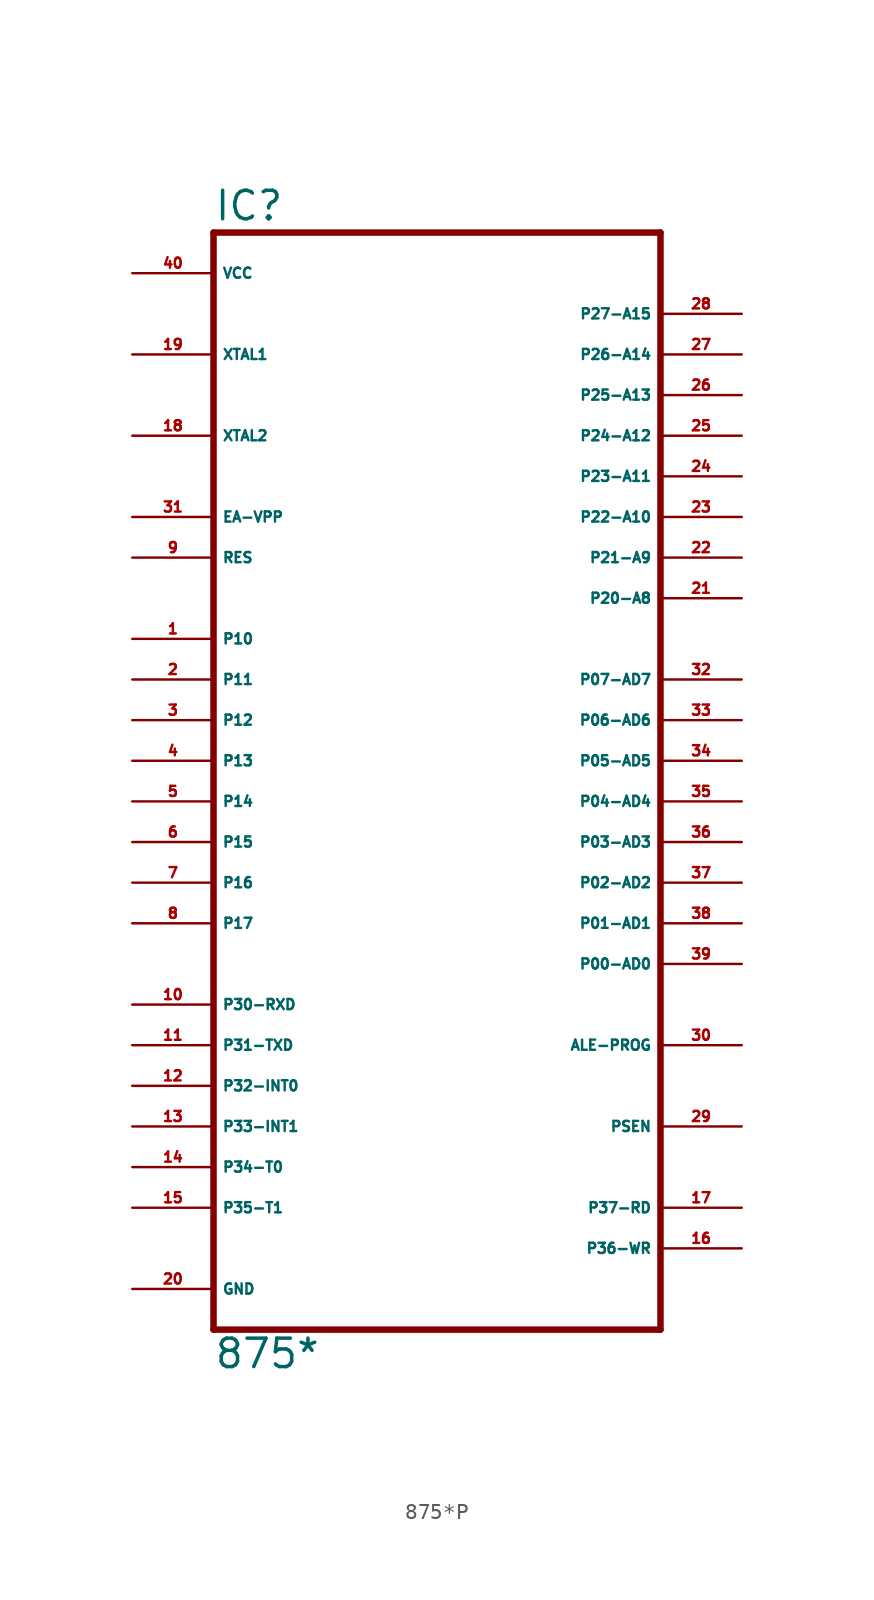
<source format=kicad_sym>
(kicad_symbol_lib
  (version 20220914)
  (generator Eagle2Kicad)
  (symbol "875*P"
    (property "Reference" "IC"
      (at -12.7 33.655 0)
      (effects (font (size 1.778 1.778) (thickness 0.22)) (justify left bottom)))
    (property "Value" "875*"
      (at -12.7 -38.1 0)
      (effects (font (size 1.778 1.778) (thickness 0.22)) (justify left bottom)))
    (polyline
      (pts (xy 15.24 33.02) (xy 15.24 -35.56))
      (stroke (width 0.406) (type default))
      (fill (type none)))
    (polyline
      (pts (xy -12.7 -35.56) (xy 15.24 -35.56))
      (stroke (width 0.406) (type default))
      (fill (type none)))
    (polyline
      (pts (xy -12.7 -35.56) (xy -12.7 33.02))
      (stroke (width 0.406) (type default))
      (fill (type none)))
    (polyline
      (pts (xy 15.24 33.02) (xy -12.7 33.02))
      (stroke (width 0.406) (type default))
      (fill (type none)))
    (pin input line
      (at -17.78 20.32 0)
      (length 5.08)
      (name "XTAL2" (effects (font (size 0.635 0.635) (thickness 0.08)) (justify left bottom)))
      (number "18" (effects (font (size 0.635 0.635) (thickness 0.08)) (justify left bottom))))
    (pin input line
      (at -17.78 25.4 0)
      (length 5.08)
      (name "XTAL1" (effects (font (size 0.635 0.635) (thickness 0.08)) (justify left bottom)))
      (number "19" (effects (font (size 0.635 0.635) (thickness 0.08)) (justify left bottom))))
    (pin input line
      (at -17.78 15.24 0)
      (length 5.08)
      (name "EA-VPP" (effects (font (size 0.635 0.635) (thickness 0.08)) (justify left bottom)))
      (number "31" (effects (font (size 0.635 0.635) (thickness 0.08)) (justify left bottom))))
    (pin bidirectional line
      (at 20.32 27.94 180)
      (length 5.08)
      (name "P27-A15" (effects (font (size 0.635 0.635) (thickness 0.08)) (justify left bottom)))
      (number "28" (effects (font (size 0.635 0.635) (thickness 0.08)) (justify left bottom))))
    (pin bidirectional line
      (at 20.32 25.4 180)
      (length 5.08)
      (name "P26-A14" (effects (font (size 0.635 0.635) (thickness 0.08)) (justify left bottom)))
      (number "27" (effects (font (size 0.635 0.635) (thickness 0.08)) (justify left bottom))))
    (pin bidirectional line
      (at 20.32 22.86 180)
      (length 5.08)
      (name "P25-A13" (effects (font (size 0.635 0.635) (thickness 0.08)) (justify left bottom)))
      (number "26" (effects (font (size 0.635 0.635) (thickness 0.08)) (justify left bottom))))
    (pin bidirectional line
      (at 20.32 20.32 180)
      (length 5.08)
      (name "P24-A12" (effects (font (size 0.635 0.635) (thickness 0.08)) (justify left bottom)))
      (number "25" (effects (font (size 0.635 0.635) (thickness 0.08)) (justify left bottom))))
    (pin bidirectional line
      (at 20.32 17.78 180)
      (length 5.08)
      (name "P23-A11" (effects (font (size 0.635 0.635) (thickness 0.08)) (justify left bottom)))
      (number "24" (effects (font (size 0.635 0.635) (thickness 0.08)) (justify left bottom))))
    (pin bidirectional line
      (at 20.32 15.24 180)
      (length 5.08)
      (name "P22-A10" (effects (font (size 0.635 0.635) (thickness 0.08)) (justify left bottom)))
      (number "23" (effects (font (size 0.635 0.635) (thickness 0.08)) (justify left bottom))))
    (pin bidirectional line
      (at 20.32 12.7 180)
      (length 5.08)
      (name "P21-A9" (effects (font (size 0.635 0.635) (thickness 0.08)) (justify left bottom)))
      (number "22" (effects (font (size 0.635 0.635) (thickness 0.08)) (justify left bottom))))
    (pin bidirectional line
      (at 20.32 10.16 180)
      (length 5.08)
      (name "P20-A8" (effects (font (size 0.635 0.635) (thickness 0.08)) (justify left bottom)))
      (number "21" (effects (font (size 0.635 0.635) (thickness 0.08)) (justify left bottom))))
    (pin bidirectional line
      (at 20.32 5.08 180)
      (length 5.08)
      (name "P07-AD7" (effects (font (size 0.635 0.635) (thickness 0.08)) (justify left bottom)))
      (number "32" (effects (font (size 0.635 0.635) (thickness 0.08)) (justify left bottom))))
    (pin bidirectional line
      (at 20.32 2.54 180)
      (length 5.08)
      (name "P06-AD6" (effects (font (size 0.635 0.635) (thickness 0.08)) (justify left bottom)))
      (number "33" (effects (font (size 0.635 0.635) (thickness 0.08)) (justify left bottom))))
    (pin bidirectional line
      (at 20.32 0 180)
      (length 5.08)
      (name "P05-AD5" (effects (font (size 0.635 0.635) (thickness 0.08)) (justify left bottom)))
      (number "34" (effects (font (size 0.635 0.635) (thickness 0.08)) (justify left bottom))))
    (pin bidirectional line
      (at 20.32 -2.54 180)
      (length 5.08)
      (name "P04-AD4" (effects (font (size 0.635 0.635) (thickness 0.08)) (justify left bottom)))
      (number "35" (effects (font (size 0.635 0.635) (thickness 0.08)) (justify left bottom))))
    (pin bidirectional line
      (at 20.32 -5.08 180)
      (length 5.08)
      (name "P03-AD3" (effects (font (size 0.635 0.635) (thickness 0.08)) (justify left bottom)))
      (number "36" (effects (font (size 0.635 0.635) (thickness 0.08)) (justify left bottom))))
    (pin bidirectional line
      (at 20.32 -7.62 180)
      (length 5.08)
      (name "P02-AD2" (effects (font (size 0.635 0.635) (thickness 0.08)) (justify left bottom)))
      (number "37" (effects (font (size 0.635 0.635) (thickness 0.08)) (justify left bottom))))
    (pin bidirectional line
      (at 20.32 -10.16 180)
      (length 5.08)
      (name "P01-AD1" (effects (font (size 0.635 0.635) (thickness 0.08)) (justify left bottom)))
      (number "38" (effects (font (size 0.635 0.635) (thickness 0.08)) (justify left bottom))))
    (pin bidirectional line
      (at 20.32 -12.7 180)
      (length 5.08)
      (name "P00-AD0" (effects (font (size 0.635 0.635) (thickness 0.08)) (justify left bottom)))
      (number "39" (effects (font (size 0.635 0.635) (thickness 0.08)) (justify left bottom))))
    (pin output line
      (at 20.32 -17.78 180)
      (length 5.08)
      (name "ALE-PROG" (effects (font (size 0.635 0.635) (thickness 0.08)) (justify left bottom)))
      (number "30" (effects (font (size 0.635 0.635) (thickness 0.08)) (justify left bottom))))
    (pin output line
      (at 20.32 -22.86 180)
      (length 5.08)
      (name "PSEN" (effects (font (size 0.635 0.635) (thickness 0.08)) (justify left bottom)))
      (number "29" (effects (font (size 0.635 0.635) (thickness 0.08)) (justify left bottom))))
    (pin bidirectional line
      (at 20.32 -27.94 180)
      (length 5.08)
      (name "P37-RD" (effects (font (size 0.635 0.635) (thickness 0.08)) (justify left bottom)))
      (number "17" (effects (font (size 0.635 0.635) (thickness 0.08)) (justify left bottom))))
    (pin bidirectional line
      (at 20.32 -30.48 180)
      (length 5.08)
      (name "P36-WR" (effects (font (size 0.635 0.635) (thickness 0.08)) (justify left bottom)))
      (number "16" (effects (font (size 0.635 0.635) (thickness 0.08)) (justify left bottom))))
    (pin unspecified line
      (at -17.78 30.48 0)
      (length 5.08)
      (name "VCC" (effects (font (size 0.635 0.635) (thickness 0.08)) (justify left bottom)))
      (number "40" (effects (font (size 0.635 0.635) (thickness 0.08)) (justify left bottom))))
    (pin unspecified line
      (at -17.78 -33.02 0)
      (length 5.08)
      (name "GND" (effects (font (size 0.635 0.635) (thickness 0.08)) (justify left bottom)))
      (number "20" (effects (font (size 0.635 0.635) (thickness 0.08)) (justify left bottom))))
    (pin bidirectional line
      (at -17.78 5.08 0)
      (length 5.08)
      (name "P11" (effects (font (size 0.635 0.635) (thickness 0.08)) (justify left bottom)))
      (number "2" (effects (font (size 0.635 0.635) (thickness 0.08)) (justify left bottom))))
    (pin input line
      (at -17.78 12.7 0)
      (length 5.08)
      (name "RES" (effects (font (size 0.635 0.635) (thickness 0.08)) (justify left bottom)))
      (number "9" (effects (font (size 0.635 0.635) (thickness 0.08)) (justify left bottom))))
    (pin bidirectional line
      (at -17.78 0 0)
      (length 5.08)
      (name "P13" (effects (font (size 0.635 0.635) (thickness 0.08)) (justify left bottom)))
      (number "4" (effects (font (size 0.635 0.635) (thickness 0.08)) (justify left bottom))))
    (pin bidirectional line
      (at -17.78 -2.54 0)
      (length 5.08)
      (name "P14" (effects (font (size 0.635 0.635) (thickness 0.08)) (justify left bottom)))
      (number "5" (effects (font (size 0.635 0.635) (thickness 0.08)) (justify left bottom))))
    (pin bidirectional line
      (at -17.78 -5.08 0)
      (length 5.08)
      (name "P15" (effects (font (size 0.635 0.635) (thickness 0.08)) (justify left bottom)))
      (number "6" (effects (font (size 0.635 0.635) (thickness 0.08)) (justify left bottom))))
    (pin bidirectional line
      (at -17.78 -7.62 0)
      (length 5.08)
      (name "P16" (effects (font (size 0.635 0.635) (thickness 0.08)) (justify left bottom)))
      (number "7" (effects (font (size 0.635 0.635) (thickness 0.08)) (justify left bottom))))
    (pin bidirectional line
      (at -17.78 -10.16 0)
      (length 5.08)
      (name "P17" (effects (font (size 0.635 0.635) (thickness 0.08)) (justify left bottom)))
      (number "8" (effects (font (size 0.635 0.635) (thickness 0.08)) (justify left bottom))))
    (pin bidirectional line
      (at -17.78 -15.24 0)
      (length 5.08)
      (name "P30-RXD" (effects (font (size 0.635 0.635) (thickness 0.08)) (justify left bottom)))
      (number "10" (effects (font (size 0.635 0.635) (thickness 0.08)) (justify left bottom))))
    (pin bidirectional line
      (at -17.78 -17.78 0)
      (length 5.08)
      (name "P31-TXD" (effects (font (size 0.635 0.635) (thickness 0.08)) (justify left bottom)))
      (number "11" (effects (font (size 0.635 0.635) (thickness 0.08)) (justify left bottom))))
    (pin bidirectional line
      (at -17.78 -20.32 0)
      (length 5.08)
      (name "P32-INT0" (effects (font (size 0.635 0.635) (thickness 0.08)) (justify left bottom)))
      (number "12" (effects (font (size 0.635 0.635) (thickness 0.08)) (justify left bottom))))
    (pin bidirectional line
      (at -17.78 -22.86 0)
      (length 5.08)
      (name "P33-INT1" (effects (font (size 0.635 0.635) (thickness 0.08)) (justify left bottom)))
      (number "13" (effects (font (size 0.635 0.635) (thickness 0.08)) (justify left bottom))))
    (pin bidirectional line
      (at -17.78 -25.4 0)
      (length 5.08)
      (name "P34-T0" (effects (font (size 0.635 0.635) (thickness 0.08)) (justify left bottom)))
      (number "14" (effects (font (size 0.635 0.635) (thickness 0.08)) (justify left bottom))))
    (pin bidirectional line
      (at -17.78 -27.94 0)
      (length 5.08)
      (name "P35-T1" (effects (font (size 0.635 0.635) (thickness 0.08)) (justify left bottom)))
      (number "15" (effects (font (size 0.635 0.635) (thickness 0.08)) (justify left bottom))))
    (pin bidirectional line
      (at -17.78 2.54 0)
      (length 5.08)
      (name "P12" (effects (font (size 0.635 0.635) (thickness 0.08)) (justify left bottom)))
      (number "3" (effects (font (size 0.635 0.635) (thickness 0.08)) (justify left bottom))))
    (pin bidirectional line
      (at -17.78 7.62 0)
      (length 5.08)
      (name "P10" (effects (font (size 0.635 0.635) (thickness 0.08)) (justify left bottom)))
      (number "1" (effects (font (size 0.635 0.635) (thickness 0.08)) (justify left bottom))))))
</source>
